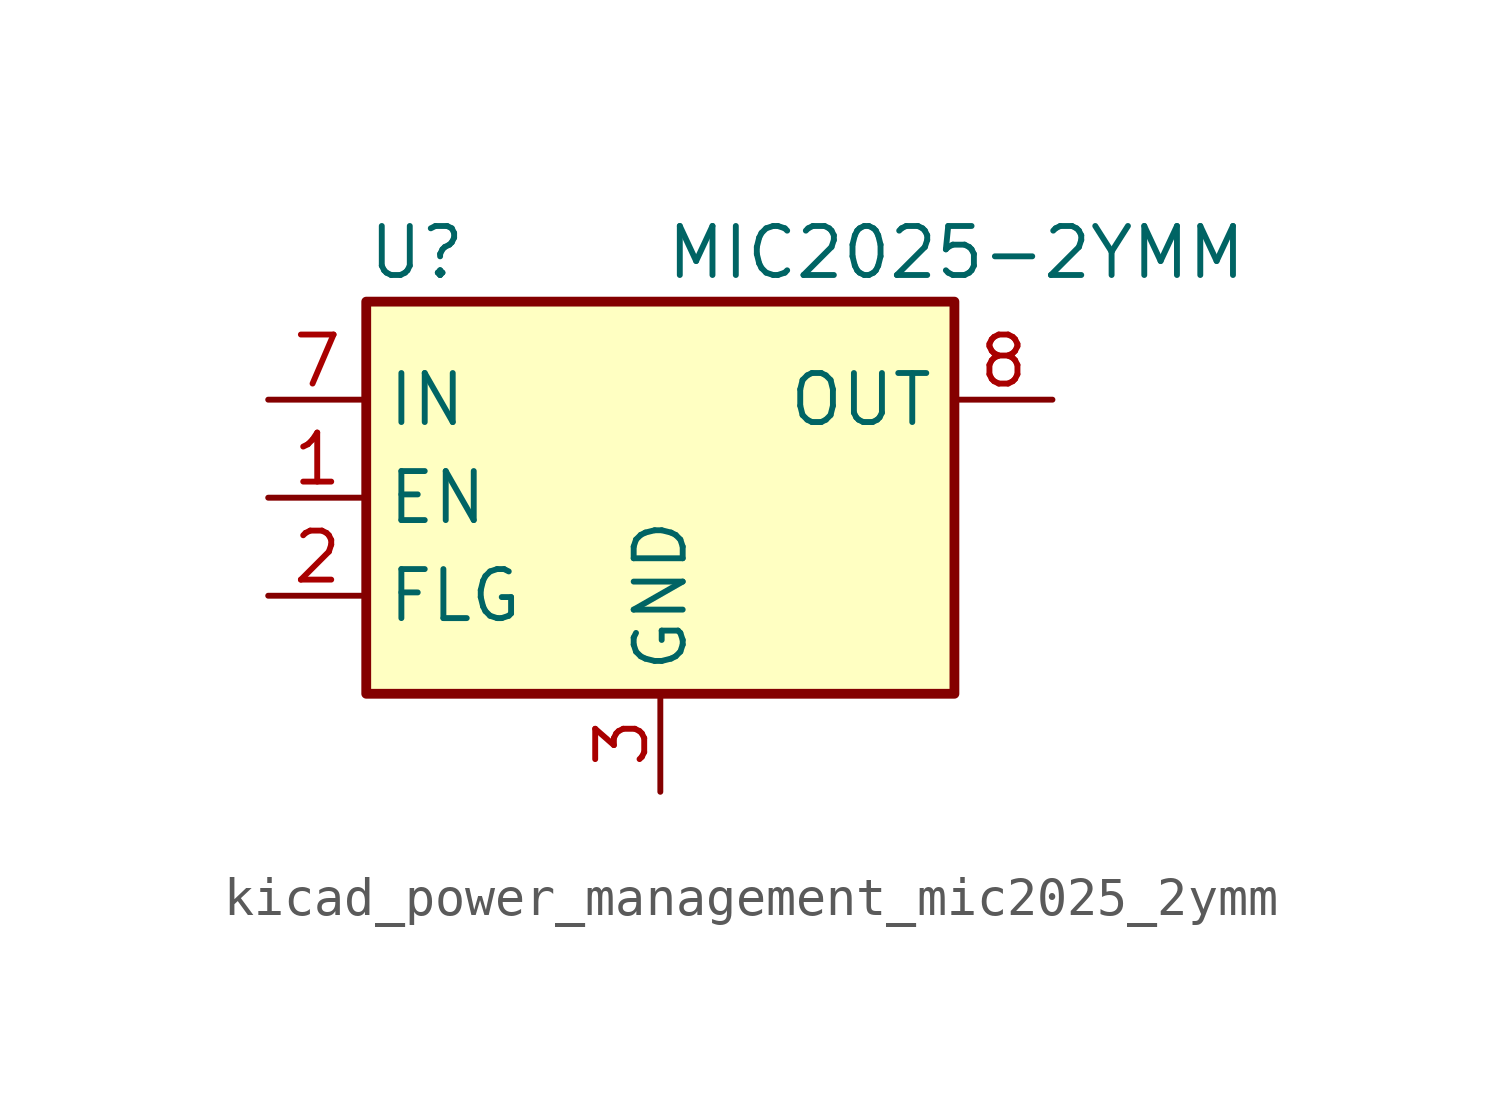
<source format=kicad_sym>
(kicad_symbol_lib
  (version 20220914)
  (generator kicad_symbol_editor)
  (symbol "kicad_power_management_mic2025_2ymm"
    (property "Reference" "U"
      (at -7.62 6.35 0)
      (effects (font (size 1.27 1.27)) (justify left)))
    (property "Value" "MIC2025-2YMM"
      (at 15.24 6.35 0)
      (effects (font (size 1.27 1.27)) (justify right)))
    (symbol "kicad_power_management_mic2025_2ymm_0_1"
      (rectangle (start -7.62 5.08) (end 7.62 -5.08) (stroke (width 0.254) (type default)) (fill (type background))))
    (symbol "kicad_power_management_mic2025_2ymm_1_1"
      (pin input line (at -10.16 0 0) (length 2.54) (name "EN" (effects (font (size 1.27 1.27)))) (number "1" (effects (font (size 1.27 1.27)))))
      (pin open_collector line (at -10.16 -2.54 0) (length 2.54) (name "FLG" (effects (font (size 1.27 1.27)))) (number "2" (effects (font (size 1.27 1.27)))))
      (pin power_in line (at 0 -7.62 90) (length 2.54) (name "GND" (effects (font (size 1.27 1.27)))) (number "3" (effects (font (size 1.27 1.27)))))
      (pin no_connect line (at 7.62 0 180) (length 2.54) hide (name "NC" (effects (font (size 1.27 1.27)))) (number "4" (effects (font (size 1.27 1.27)))))
      (pin no_connect line (at 7.62 -2.54 180) (length 2.54) hide (name "NC" (effects (font (size 1.27 1.27)))) (number "5" (effects (font (size 1.27 1.27)))))
      (pin passive line (at 10.16 2.54 180) (length 2.54) hide (name "OUT" (effects (font (size 1.27 1.27)))) (number "6" (effects (font (size 1.27 1.27)))))
      (pin power_in line (at -10.16 2.54 0) (length 2.54) (name "IN" (effects (font (size 1.27 1.27)))) (number "7" (effects (font (size 1.27 1.27)))))
      (pin power_out line (at 10.16 2.54 180) (length 2.54) (name "OUT" (effects (font (size 1.27 1.27)))) (number "8" (effects (font (size 1.27 1.27))))))))
</source>
